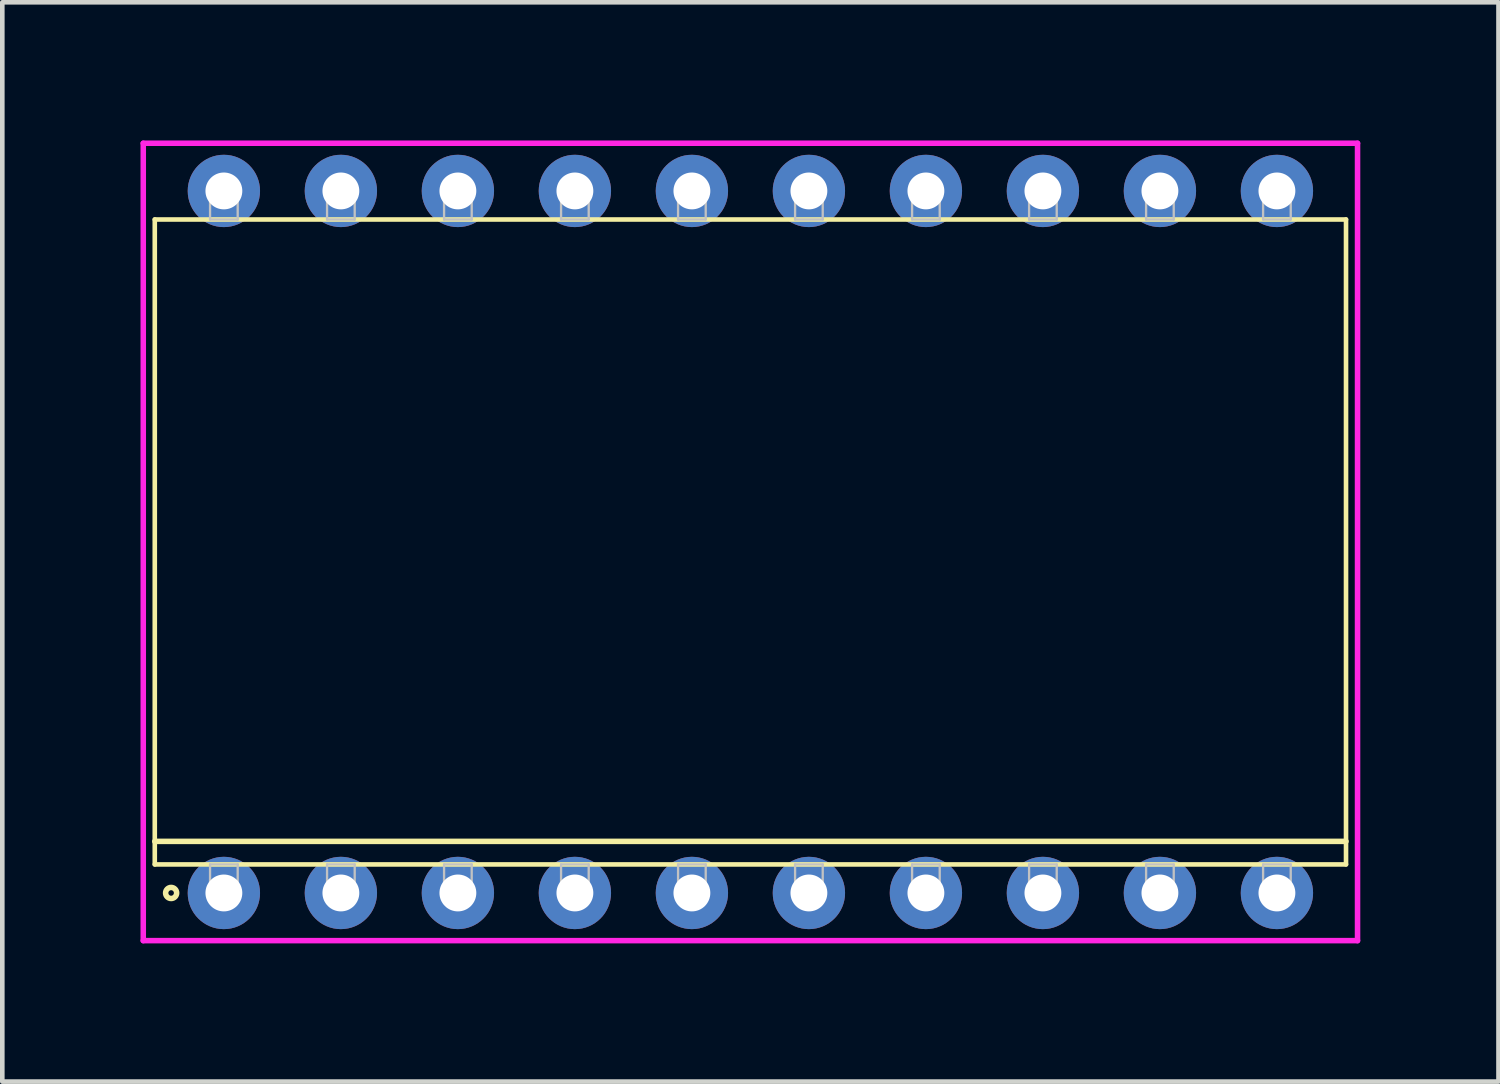
<source format=kicad_pcb>
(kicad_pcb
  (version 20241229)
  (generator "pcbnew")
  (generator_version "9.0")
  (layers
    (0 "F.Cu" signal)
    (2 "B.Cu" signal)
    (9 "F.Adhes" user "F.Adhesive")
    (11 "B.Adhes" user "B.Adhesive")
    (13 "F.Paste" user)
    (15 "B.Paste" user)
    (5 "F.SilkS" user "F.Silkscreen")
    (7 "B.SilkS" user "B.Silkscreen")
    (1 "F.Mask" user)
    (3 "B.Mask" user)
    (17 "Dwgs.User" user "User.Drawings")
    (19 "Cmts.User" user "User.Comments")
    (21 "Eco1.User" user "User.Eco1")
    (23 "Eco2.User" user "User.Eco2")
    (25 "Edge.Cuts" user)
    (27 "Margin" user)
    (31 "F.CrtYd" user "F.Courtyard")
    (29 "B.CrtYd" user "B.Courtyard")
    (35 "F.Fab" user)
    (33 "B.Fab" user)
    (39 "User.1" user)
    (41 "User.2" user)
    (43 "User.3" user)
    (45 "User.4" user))
  (footprint "DIP254P2586x1400-20"
    (layer "F.Cu")
    (at 13.24 8.715)
    (property "Reference" "DIP254P2586x1400-20" (at 0 3 0) (layer "User.1") (effects (font (size 1 1) (thickness 0.1))))
    (attr through_hole)
    (fp_line (start -12.93 -7) (end -12.93 7) (stroke (width 0.1) (type solid)) (layer "F.SilkS"))
    (fp_line (start -12.93 6.5) (end 12.93 6.5) (stroke (width 0.12) (type solid)) (layer "F.SilkS"))
    (fp_line (start -12.93 7) (end 12.93 7) (stroke (width 0.1) (type solid)) (layer "F.SilkS"))
    (fp_line (start 12.93 -7) (end -12.93 -7) (stroke (width 0.1) (type solid)) (layer "F.SilkS"))
    (fp_line (start 12.93 7) (end 12.93 -7) (stroke (width 0.1) (type solid)) (layer "F.SilkS"))
    (fp_circle (center -12.575 7.62) (end -12.455 7.62) (stroke (width 0.12) (type solid)) (fill no) (layer "F.SilkS"))
    (fp_line (start -11.73 -7.62) (end -11.73 -7) (stroke (width 0.05) (type solid)) (layer "Dwgs.User"))
    (fp_line (start -11.73 -7) (end -11.13 -7) (stroke (width 0.05) (type solid)) (layer "Dwgs.User"))
    (fp_line (start -11.73 7) (end -11.13 7) (stroke (width 0.05) (type solid)) (layer "Dwgs.User"))
    (fp_line (start -11.73 7.62) (end -11.73 7) (stroke (width 0.05) (type solid)) (layer "Dwgs.User"))
    (fp_line (start -11.13 -7.62) (end -11.73 -7.62) (stroke (width 0.05) (type solid)) (layer "Dwgs.User"))
    (fp_line (start -11.13 -7) (end -11.13 -7.62) (stroke (width 0.05) (type solid)) (layer "Dwgs.User"))
    (fp_line (start -11.13 7) (end -11.13 7.62) (stroke (width 0.05) (type solid)) (layer "Dwgs.User"))
    (fp_line (start -11.13 7.62) (end -11.73 7.62) (stroke (width 0.05) (type solid)) (layer "Dwgs.User"))
    (fp_line (start -9.19 -7.62) (end -9.19 -7) (stroke (width 0.05) (type solid)) (layer "Dwgs.User"))
    (fp_line (start -9.19 -7) (end -8.59 -7) (stroke (width 0.05) (type solid)) (layer "Dwgs.User"))
    (fp_line (start -9.19 7) (end -8.59 7) (stroke (width 0.05) (type solid)) (layer "Dwgs.User"))
    (fp_line (start -9.19 7.62) (end -9.19 7) (stroke (width 0.05) (type solid)) (layer "Dwgs.User"))
    (fp_line (start -8.59 -7.62) (end -9.19 -7.62) (stroke (width 0.05) (type solid)) (layer "Dwgs.User"))
    (fp_line (start -8.59 -7) (end -8.59 -7.62) (stroke (width 0.05) (type solid)) (layer "Dwgs.User"))
    (fp_line (start -8.59 7) (end -8.59 7.62) (stroke (width 0.05) (type solid)) (layer "Dwgs.User"))
    (fp_line (start -8.59 7.62) (end -9.19 7.62) (stroke (width 0.05) (type solid)) (layer "Dwgs.User"))
    (fp_line (start -6.65 -7.62) (end -6.65 -7) (stroke (width 0.05) (type solid)) (layer "Dwgs.User"))
    (fp_line (start -6.65 -7) (end -6.05 -7) (stroke (width 0.05) (type solid)) (layer "Dwgs.User"))
    (fp_line (start -6.65 7) (end -6.05 7) (stroke (width 0.05) (type solid)) (layer "Dwgs.User"))
    (fp_line (start -6.65 7.62) (end -6.65 7) (stroke (width 0.05) (type solid)) (layer "Dwgs.User"))
    (fp_line (start -6.05 -7.62) (end -6.65 -7.62) (stroke (width 0.05) (type solid)) (layer "Dwgs.User"))
    (fp_line (start -6.05 -7) (end -6.05 -7.62) (stroke (width 0.05) (type solid)) (layer "Dwgs.User"))
    (fp_line (start -6.05 7) (end -6.05 7.62) (stroke (width 0.05) (type solid)) (layer "Dwgs.User"))
    (fp_line (start -6.05 7.62) (end -6.65 7.62) (stroke (width 0.05) (type solid)) (layer "Dwgs.User"))
    (fp_line (start -4.11 -7.62) (end -4.11 -7) (stroke (width 0.05) (type solid)) (layer "Dwgs.User"))
    (fp_line (start -4.11 -7) (end -3.51 -7) (stroke (width 0.05) (type solid)) (layer "Dwgs.User"))
    (fp_line (start -4.11 7) (end -3.51 7) (stroke (width 0.05) (type solid)) (layer "Dwgs.User"))
    (fp_line (start -4.11 7.62) (end -4.11 7) (stroke (width 0.05) (type solid)) (layer "Dwgs.User"))
    (fp_line (start -3.51 -7.62) (end -4.11 -7.62) (stroke (width 0.05) (type solid)) (layer "Dwgs.User"))
    (fp_line (start -3.51 -7) (end -3.51 -7.62) (stroke (width 0.05) (type solid)) (layer "Dwgs.User"))
    (fp_line (start -3.51 7) (end -3.51 7.62) (stroke (width 0.05) (type solid)) (layer "Dwgs.User"))
    (fp_line (start -3.51 7.62) (end -4.11 7.62) (stroke (width 0.05) (type solid)) (layer "Dwgs.User"))
    (fp_line (start -1.57 -7.62) (end -1.57 -7) (stroke (width 0.05) (type solid)) (layer "Dwgs.User"))
    (fp_line (start -1.57 -7) (end -0.97 -7) (stroke (width 0.05) (type solid)) (layer "Dwgs.User"))
    (fp_line (start -1.57 7) (end -0.97 7) (stroke (width 0.05) (type solid)) (layer "Dwgs.User"))
    (fp_line (start -1.57 7.62) (end -1.57 7) (stroke (width 0.05) (type solid)) (layer "Dwgs.User"))
    (fp_line (start -0.97 -7.62) (end -1.57 -7.62) (stroke (width 0.05) (type solid)) (layer "Dwgs.User"))
    (fp_line (start -0.97 -7) (end -0.97 -7.62) (stroke (width 0.05) (type solid)) (layer "Dwgs.User"))
    (fp_line (start -0.97 7) (end -0.97 7.62) (stroke (width 0.05) (type solid)) (layer "Dwgs.User"))
    (fp_line (start -0.97 7.62) (end -1.57 7.62) (stroke (width 0.05) (type solid)) (layer "Dwgs.User"))
    (fp_line (start 0.97 -7.62) (end 0.97 -7) (stroke (width 0.05) (type solid)) (layer "Dwgs.User"))
    (fp_line (start 0.97 -7) (end 1.57 -7) (stroke (width 0.05) (type solid)) (layer "Dwgs.User"))
    (fp_line (start 0.97 7) (end 1.57 7) (stroke (width 0.05) (type solid)) (layer "Dwgs.User"))
    (fp_line (start 0.97 7.62) (end 0.97 7) (stroke (width 0.05) (type solid)) (layer "Dwgs.User"))
    (fp_line (start 1.57 -7.62) (end 0.97 -7.62) (stroke (width 0.05) (type solid)) (layer "Dwgs.User"))
    (fp_line (start 1.57 -7) (end 1.57 -7.62) (stroke (width 0.05) (type solid)) (layer "Dwgs.User"))
    (fp_line (start 1.57 7) (end 1.57 7.62) (stroke (width 0.05) (type solid)) (layer "Dwgs.User"))
    (fp_line (start 1.57 7.62) (end 0.97 7.62) (stroke (width 0.05) (type solid)) (layer "Dwgs.User"))
    (fp_line (start 3.51 -7.62) (end 3.51 -7) (stroke (width 0.05) (type solid)) (layer "Dwgs.User"))
    (fp_line (start 3.51 -7) (end 4.11 -7) (stroke (width 0.05) (type solid)) (layer "Dwgs.User"))
    (fp_line (start 3.51 7) (end 4.11 7) (stroke (width 0.05) (type solid)) (layer "Dwgs.User"))
    (fp_line (start 3.51 7.62) (end 3.51 7) (stroke (width 0.05) (type solid)) (layer "Dwgs.User"))
    (fp_line (start 4.11 -7.62) (end 3.51 -7.62) (stroke (width 0.05) (type solid)) (layer "Dwgs.User"))
    (fp_line (start 4.11 -7) (end 4.11 -7.62) (stroke (width 0.05) (type solid)) (layer "Dwgs.User"))
    (fp_line (start 4.11 7) (end 4.11 7.62) (stroke (width 0.05) (type solid)) (layer "Dwgs.User"))
    (fp_line (start 4.11 7.62) (end 3.51 7.62) (stroke (width 0.05) (type solid)) (layer "Dwgs.User"))
    (fp_line (start 6.05 -7.62) (end 6.05 -7) (stroke (width 0.05) (type solid)) (layer "Dwgs.User"))
    (fp_line (start 6.05 -7) (end 6.65 -7) (stroke (width 0.05) (type solid)) (layer "Dwgs.User"))
    (fp_line (start 6.05 7) (end 6.65 7) (stroke (width 0.05) (type solid)) (layer "Dwgs.User"))
    (fp_line (start 6.05 7.62) (end 6.05 7) (stroke (width 0.05) (type solid)) (layer "Dwgs.User"))
    (fp_line (start 6.65 -7.62) (end 6.05 -7.62) (stroke (width 0.05) (type solid)) (layer "Dwgs.User"))
    (fp_line (start 6.65 -7) (end 6.65 -7.62) (stroke (width 0.05) (type solid)) (layer "Dwgs.User"))
    (fp_line (start 6.65 7) (end 6.65 7.62) (stroke (width 0.05) (type solid)) (layer "Dwgs.User"))
    (fp_line (start 6.65 7.62) (end 6.05 7.62) (stroke (width 0.05) (type solid)) (layer "Dwgs.User"))
    (fp_line (start 8.59 -7.62) (end 8.59 -7) (stroke (width 0.05) (type solid)) (layer "Dwgs.User"))
    (fp_line (start 8.59 -7) (end 9.19 -7) (stroke (width 0.05) (type solid)) (layer "Dwgs.User"))
    (fp_line (start 8.59 7) (end 9.19 7) (stroke (width 0.05) (type solid)) (layer "Dwgs.User"))
    (fp_line (start 8.59 7.62) (end 8.59 7) (stroke (width 0.05) (type solid)) (layer "Dwgs.User"))
    (fp_line (start 9.19 -7.62) (end 8.59 -7.62) (stroke (width 0.05) (type solid)) (layer "Dwgs.User"))
    (fp_line (start 9.19 -7) (end 9.19 -7.62) (stroke (width 0.05) (type solid)) (layer "Dwgs.User"))
    (fp_line (start 9.19 7) (end 9.19 7.62) (stroke (width 0.05) (type solid)) (layer "Dwgs.User"))
    (fp_line (start 9.19 7.62) (end 8.59 7.62) (stroke (width 0.05) (type solid)) (layer "Dwgs.User"))
    (fp_line (start 11.13 -7.62) (end 11.13 -7) (stroke (width 0.05) (type solid)) (layer "Dwgs.User"))
    (fp_line (start 11.13 -7) (end 11.73 -7) (stroke (width 0.05) (type solid)) (layer "Dwgs.User"))
    (fp_line (start 11.13 7) (end 11.73 7) (stroke (width 0.05) (type solid)) (layer "Dwgs.User"))
    (fp_line (start 11.13 7.62) (end 11.13 7) (stroke (width 0.05) (type solid)) (layer "Dwgs.User"))
    (fp_line (start 11.73 -7.62) (end 11.13 -7.62) (stroke (width 0.05) (type solid)) (layer "Dwgs.User"))
    (fp_line (start 11.73 -7) (end 11.73 -7.62) (stroke (width 0.05) (type solid)) (layer "Dwgs.User"))
    (fp_line (start 11.73 7) (end 11.73 7.62) (stroke (width 0.05) (type solid)) (layer "Dwgs.User"))
    (fp_line (start 11.73 7.62) (end 11.13 7.62) (stroke (width 0.05) (type solid)) (layer "Dwgs.User"))
    (fp_line (start -13.18 -8.655) (end -13.18 8.655) (stroke (width 0.12) (type solid)) (layer "F.CrtYd"))
    (fp_line (start -13.18 8.655) (end 13.18 8.655) (stroke (width 0.12) (type solid)) (layer "F.CrtYd"))
    (fp_line (start 13.18 -8.655) (end -13.18 -8.655) (stroke (width 0.12) (type solid)) (layer "F.CrtYd"))
    (fp_line (start 13.18 8.655) (end 13.18 -8.655) (stroke (width 0.12) (type solid)) (layer "F.CrtYd"))
    (pad "1" thru_hole oval (at -11.43 -7.62) (size 1.57 1.57) (drill 0.8) (layers "*.Cu" "*.Mask"))
    (pad "1" thru_hole oval (at -11.43 7.62) (size 1.57 1.57) (drill 0.8) (layers "*.Cu" "*.Mask"))
    (pad "1" thru_hole oval (at -8.89 -7.62) (size 1.57 1.57) (drill 0.8) (layers "*.Cu" "*.Mask"))
    (pad "1" thru_hole oval (at -6.35 -7.62) (size 1.57 1.57) (drill 0.8) (layers "*.Cu" "*.Mask"))
    (pad "1" thru_hole oval (at -3.81 -7.62) (size 1.57 1.57) (drill 0.8) (layers "*.Cu" "*.Mask"))
    (pad "1" thru_hole oval (at -1.27 -7.62) (size 1.57 1.57) (drill 0.8) (layers "*.Cu" "*.Mask"))
    (pad "1" thru_hole oval (at 1.27 -7.62) (size 1.57 1.57) (drill 0.8) (layers "*.Cu" "*.Mask"))
    (pad "1" thru_hole oval (at 3.81 -7.62) (size 1.57 1.57) (drill 0.8) (layers "*.Cu" "*.Mask"))
    (pad "1" thru_hole oval (at 6.35 -7.62) (size 1.57 1.57) (drill 0.8) (layers "*.Cu" "*.Mask"))
    (pad "1" thru_hole oval (at 8.89 -7.62) (size 1.57 1.57) (drill 0.8) (layers "*.Cu" "*.Mask"))
    (pad "1" thru_hole oval (at 11.43 -7.62) (size 1.57 1.57) (drill 0.8) (layers "*.Cu" "*.Mask"))
    (pad "2" thru_hole oval (at -8.89 7.62) (size 1.57 1.57) (drill 0.8) (layers "*.Cu" "*.Mask"))
    (pad "3" thru_hole oval (at -6.35 7.62) (size 1.57 1.57) (drill 0.8) (layers "*.Cu" "*.Mask"))
    (pad "4" thru_hole oval (at -3.81 7.62) (size 1.57 1.57) (drill 0.8) (layers "*.Cu" "*.Mask"))
    (pad "5" thru_hole oval (at -1.27 7.62) (size 1.57 1.57) (drill 0.8) (layers "*.Cu" "*.Mask"))
    (pad "6" thru_hole oval (at 1.27 7.62) (size 1.57 1.57) (drill 0.8) (layers "*.Cu" "*.Mask"))
    (pad "7" thru_hole oval (at 3.81 7.62) (size 1.57 1.57) (drill 0.8) (layers "*.Cu" "*.Mask"))
    (pad "8" thru_hole oval (at 6.35 7.62) (size 1.57 1.57) (drill 0.8) (layers "*.Cu" "*.Mask"))
    (pad "9" thru_hole oval (at 8.89 7.62) (size 1.57 1.57) (drill 0.8) (layers "*.Cu" "*.Mask"))
    (pad "10" thru_hole oval (at 11.43 7.62) (size 1.57 1.57) (drill 0.8) (layers "*.Cu" "*.Mask")))
  (gr_rect
    (start -3 -3)
    (end 29.48 20.43)
    (stroke (width 0.1) (type default))
    (fill no)
    (layer "Edge.Cuts")))
</source>
